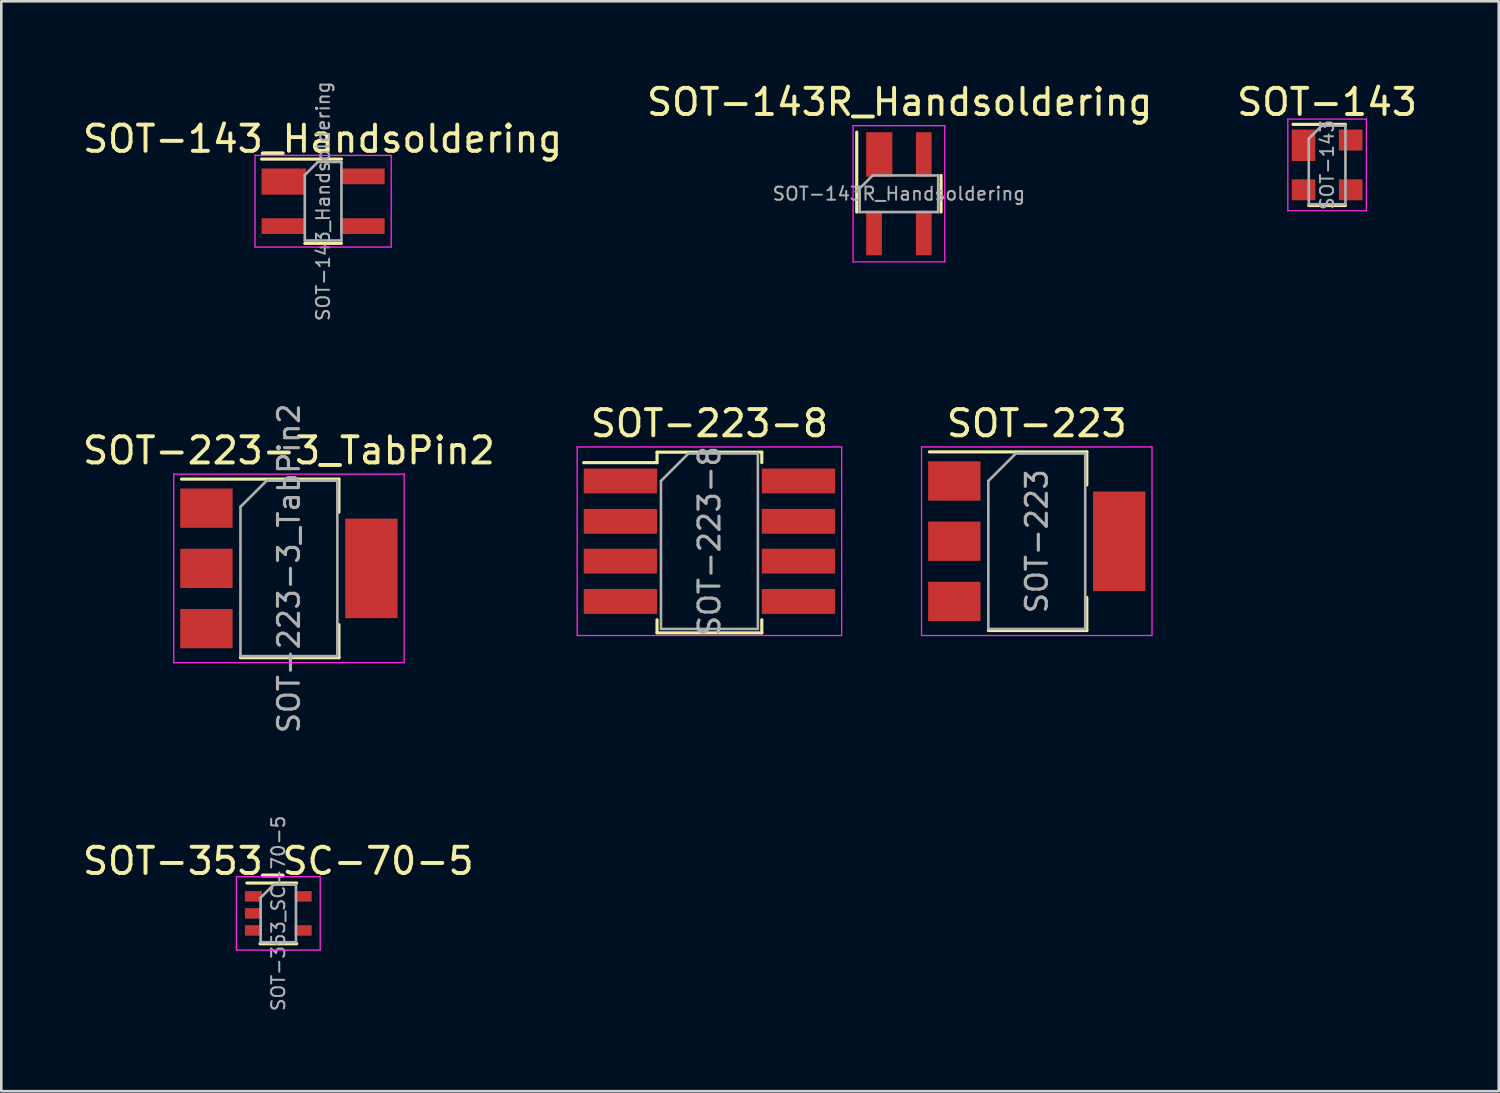
<source format=kicad_pcb>
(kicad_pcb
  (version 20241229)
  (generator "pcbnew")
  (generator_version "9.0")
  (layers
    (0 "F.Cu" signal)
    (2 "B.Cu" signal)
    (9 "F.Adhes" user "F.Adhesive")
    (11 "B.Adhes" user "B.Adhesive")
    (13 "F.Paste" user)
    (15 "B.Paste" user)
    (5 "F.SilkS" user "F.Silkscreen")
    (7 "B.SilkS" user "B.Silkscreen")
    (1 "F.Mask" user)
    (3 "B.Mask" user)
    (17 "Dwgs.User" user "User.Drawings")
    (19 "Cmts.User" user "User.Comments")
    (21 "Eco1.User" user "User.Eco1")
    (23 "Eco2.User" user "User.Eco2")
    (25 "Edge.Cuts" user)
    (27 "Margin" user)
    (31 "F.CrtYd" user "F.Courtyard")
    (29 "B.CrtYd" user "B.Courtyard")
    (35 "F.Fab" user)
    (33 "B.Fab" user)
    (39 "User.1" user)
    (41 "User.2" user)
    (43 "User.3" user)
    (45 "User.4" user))
  (footprint "SOT-143R_Handsoldering"
    (layer "F.Cu")
    (at 31.274 4.348)
    (property "Reference" "SOT-143R_Handsoldering" (at 0.03 -3.5 0) (layer "F.SilkS") (effects (font (size 1 1) (thickness 0.15))))
    (attr smd)
    (fp_line (start -1.61 -2.35) (end -1.61 0.7) (stroke (width 0.12) (type solid)) (layer "F.SilkS"))
    (fp_line (start 1.61 0.7) (end 1.61 -0.7) (stroke (width 0.12) (type solid)) (layer "F.SilkS"))
    (fp_line (start -1.75 -2.6) (end -1.75 2.6) (stroke (width 0.05) (type solid)) (layer "F.CrtYd"))
    (fp_line (start -1.75 -2.6) (end 1.75 -2.6) (stroke (width 0.05) (type solid)) (layer "F.CrtYd"))
    (fp_line (start 1.75 2.6) (end -1.75 2.6) (stroke (width 0.05) (type solid)) (layer "F.CrtYd"))
    (fp_line (start 1.75 2.6) (end 1.75 -2.6) (stroke (width 0.05) (type solid)) (layer "F.CrtYd"))
    (fp_line (start -1.5 -0.2) (end -1.5 0.7) (stroke (width 0.1) (type solid)) (layer "F.Fab"))
    (fp_line (start -1.5 -0.2) (end -1 -0.7) (stroke (width 0.1) (type solid)) (layer "F.Fab"))
    (fp_line (start -1 -0.7) (end 1.5 -0.7) (stroke (width 0.1) (type solid)) (layer "F.Fab"))
    (fp_line (start 1.5 -0.7) (end 1.5 0.7) (stroke (width 0.1) (type solid)) (layer "F.Fab"))
    (fp_line (start 1.5 0.7) (end -1.5 0.7) (stroke (width 0.1) (type solid)) (layer "F.Fab"))
    (fp_text user "${REFERENCE}" (at 0 0 0) (layer "F.Fab") (effects (font (size 0.5 0.5) (thickness 0.075))))
    (pad "1" smd rect (at -0.75 -1.5 90) (size 1.7 1) (layers "F.Cu" "F.Mask" "F.Paste"))
    (pad "2" smd rect (at 0.95 -1.5 90) (size 1.7 0.6) (layers "F.Cu" "F.Mask" "F.Paste"))
    (pad "3" smd rect (at 0.95 1.5 90) (size 1.7 0.6) (layers "F.Cu" "F.Mask" "F.Paste"))
    (pad "4" smd rect (at -0.95 1.5 90) (size 1.7 0.6) (layers "F.Cu" "F.Mask" "F.Paste")))
  (footprint "SOT-353_SC-70-5"
    (layer "F.Cu")
    (at 7.577 31.828)
    (property "Reference" "SOT-353_SC-70-5" (at 0 -2 0) (layer "F.SilkS") (effects (font (size 1 1) (thickness 0.15))))
    (attr smd)
    (fp_line (start -0.7 1.16) (end 0.7 1.16) (stroke (width 0.12) (type solid)) (layer "F.SilkS"))
    (fp_line (start 0.7 -1.16) (end -1.2 -1.16) (stroke (width 0.12) (type solid)) (layer "F.SilkS"))
    (fp_line (start -1.6 -1.4) (end -1.6 1.4) (stroke (width 0.05) (type solid)) (layer "F.CrtYd"))
    (fp_line (start -1.6 -1.4) (end 1.6 -1.4) (stroke (width 0.05) (type solid)) (layer "F.CrtYd"))
    (fp_line (start -1.6 1.4) (end 1.6 1.4) (stroke (width 0.05) (type solid)) (layer "F.CrtYd"))
    (fp_line (start 1.6 1.4) (end 1.6 -1.4) (stroke (width 0.05) (type solid)) (layer "F.CrtYd"))
    (fp_line (start -0.675 -0.6) (end -0.675 1.1) (stroke (width 0.1) (type solid)) (layer "F.Fab"))
    (fp_line (start -0.175 -1.1) (end -0.675 -0.6) (stroke (width 0.1) (type solid)) (layer "F.Fab"))
    (fp_line (start 0.675 -1.1) (end -0.175 -1.1) (stroke (width 0.1) (type solid)) (layer "F.Fab"))
    (fp_line (start 0.675 -1.1) (end 0.675 1.1) (stroke (width 0.1) (type solid)) (layer "F.Fab"))
    (fp_line (start 0.675 1.1) (end -0.675 1.1) (stroke (width 0.1) (type solid)) (layer "F.Fab"))
    (fp_text user "${REFERENCE}" (at 0 0 90) (layer "F.Fab") (effects (font (size 0.5 0.5) (thickness 0.075))))
    (pad "1" smd rect (at -0.95 -0.65) (size 0.65 0.4) (layers "F.Cu" "F.Mask" "F.Paste"))
    (pad "2" smd rect (at -0.95 0) (size 0.65 0.4) (layers "F.Cu" "F.Mask" "F.Paste"))
    (pad "3" smd rect (at -0.95 0.65) (size 0.65 0.4) (layers "F.Cu" "F.Mask" "F.Paste"))
    (pad "4" smd rect (at 0.95 0.65) (size 0.65 0.4) (layers "F.Cu" "F.Mask" "F.Paste"))
    (pad "5" smd rect (at 0.95 -0.65) (size 0.65 0.4) (layers "F.Cu" "F.Mask" "F.Paste")))
  (footprint "SOT-223-3_TabPin2"
    (layer "F.Cu")
    (at 7.982 18.654)
    (property "Reference" "SOT-223-3_TabPin2" (at 0 -4.5 0) (layer "F.SilkS") (effects (font (size 1 1) (thickness 0.15))))
    (attr smd)
    (fp_line (start -4.1 -3.41) (end 1.91 -3.41) (stroke (width 0.12) (type solid)) (layer "F.SilkS"))
    (fp_line (start -1.85 3.41) (end 1.91 3.41) (stroke (width 0.12) (type solid)) (layer "F.SilkS"))
    (fp_line (start 1.91 -3.41) (end 1.91 -2.15) (stroke (width 0.12) (type solid)) (layer "F.SilkS"))
    (fp_line (start 1.91 3.41) (end 1.91 2.15) (stroke (width 0.12) (type solid)) (layer "F.SilkS"))
    (fp_line (start -4.4 -3.6) (end -4.4 3.6) (stroke (width 0.05) (type solid)) (layer "F.CrtYd"))
    (fp_line (start -4.4 3.6) (end 4.4 3.6) (stroke (width 0.05) (type solid)) (layer "F.CrtYd"))
    (fp_line (start 4.4 -3.6) (end -4.4 -3.6) (stroke (width 0.05) (type solid)) (layer "F.CrtYd"))
    (fp_line (start 4.4 3.6) (end 4.4 -3.6) (stroke (width 0.05) (type solid)) (layer "F.CrtYd"))
    (fp_line (start -1.85 -2.35) (end -1.85 3.35) (stroke (width 0.1) (type solid)) (layer "F.Fab"))
    (fp_line (start -1.85 -2.35) (end -0.85 -3.35) (stroke (width 0.1) (type solid)) (layer "F.Fab"))
    (fp_line (start -1.85 3.35) (end 1.85 3.35) (stroke (width 0.1) (type solid)) (layer "F.Fab"))
    (fp_line (start -0.85 -3.35) (end 1.85 -3.35) (stroke (width 0.1) (type solid)) (layer "F.Fab"))
    (fp_line (start 1.85 -3.35) (end 1.85 3.35) (stroke (width 0.1) (type solid)) (layer "F.Fab"))
    (fp_text user "${REFERENCE}" (at 0 0 90) (layer "F.Fab") (effects (font (size 0.8 0.8) (thickness 0.12))))
    (pad "1" smd rect (at -3.15 -2.3) (size 2 1.5) (layers "F.Cu" "F.Mask" "F.Paste"))
    (pad "2" smd rect (at -3.15 0) (size 2 1.5) (layers "F.Cu" "F.Mask" "F.Paste"))
    (pad "2" smd rect (at 3.15 0) (size 2 3.8) (layers "F.Cu" "F.Mask" "F.Paste"))
    (pad "3" smd rect (at -3.15 2.3) (size 2 1.5) (layers "F.Cu" "F.Mask" "F.Paste")))
  (footprint "SOT-223-8"
    (layer "F.Cu")
    (at 24.039 17.616)
    (property "Reference" "SOT-223-8" (at 0 -4.5 0) (layer "F.SilkS") (effects (font (size 1 1) (thickness 0.15))))
    (attr smd)
    (fp_line (start -4.8 -3) (end -2 -3) (stroke (width 0.12) (type solid)) (layer "F.SilkS"))
    (fp_line (start -2 -3.4) (end 2 -3.4) (stroke (width 0.12) (type solid)) (layer "F.SilkS"))
    (fp_line (start -2 -3) (end -2 -3.4) (stroke (width 0.12) (type solid)) (layer "F.SilkS"))
    (fp_line (start -2 3.5) (end -2 3) (stroke (width 0.12) (type solid)) (layer "F.SilkS"))
    (fp_line (start 2 -3.4) (end 2 -3) (stroke (width 0.12) (type solid)) (layer "F.SilkS"))
    (fp_line (start 2 3) (end 2 3.5) (stroke (width 0.12) (type solid)) (layer "F.SilkS"))
    (fp_line (start 2 3.5) (end -2 3.5) (stroke (width 0.12) (type solid)) (layer "F.SilkS"))
    (fp_line (start -5.05 -3.6) (end -5.05 3.6) (stroke (width 0.05) (type solid)) (layer "F.CrtYd"))
    (fp_line (start -5.05 -3.6) (end 5.05 -3.6) (stroke (width 0.05) (type solid)) (layer "F.CrtYd"))
    (fp_line (start 5.05 3.6) (end -5.05 3.6) (stroke (width 0.05) (type solid)) (layer "F.CrtYd"))
    (fp_line (start 5.05 3.6) (end 5.05 -3.6) (stroke (width 0.05) (type solid)) (layer "F.CrtYd"))
    (fp_line (start -1.85 -2.3) (end -1.85 3.35) (stroke (width 0.1) (type solid)) (layer "F.Fab"))
    (fp_line (start -1.85 -2.3) (end -0.8 -3.35) (stroke (width 0.1) (type solid)) (layer "F.Fab"))
    (fp_line (start -1.85 3.35) (end 1.85 3.35) (stroke (width 0.1) (type solid)) (layer "F.Fab"))
    (fp_line (start -0.8 -3.35) (end 1.85 -3.35) (stroke (width 0.1) (type solid)) (layer "F.Fab"))
    (fp_line (start 1.85 -3.35) (end 1.85 3.35) (stroke (width 0.1) (type solid)) (layer "F.Fab"))
    (fp_text user "${REFERENCE}" (at 0 0 90) (layer "F.Fab") (effects (font (size 0.8 0.8) (thickness 0.12))))
    (pad "1" smd rect (at -3.4 -2.3) (size 2.8 0.95) (layers "F.Cu" "F.Mask" "F.Paste"))
    (pad "2" smd rect (at -3.4 -0.76) (size 2.8 0.95) (layers "F.Cu" "F.Mask" "F.Paste"))
    (pad "3" smd rect (at -3.4 0.76) (size 2.8 0.95) (layers "F.Cu" "F.Mask" "F.Paste"))
    (pad "4" smd rect (at -3.4 2.3) (size 2.8 0.95) (layers "F.Cu" "F.Mask" "F.Paste"))
    (pad "5" smd rect (at 3.4 2.3) (size 2.8 0.95) (layers "F.Cu" "F.Mask" "F.Paste"))
    (pad "6" smd rect (at 3.4 0.76) (size 2.8 0.95) (layers "F.Cu" "F.Mask" "F.Paste"))
    (pad "7" smd rect (at 3.4 -0.76) (size 2.8 0.95) (layers "F.Cu" "F.Mask" "F.Paste"))
    (pad "8" smd rect (at 3.4 -2.3) (size 2.8 0.95) (layers "F.Cu" "F.Mask" "F.Paste")))
  (footprint "SOT-143"
    (layer "F.Cu")
    (at 47.625 3.248)
    (property "Reference" "SOT-143" (at 0 -2.4 0) (layer "F.SilkS") (effects (font (size 1 1) (thickness 0.15))))
    (attr smd)
    (fp_line (start -0.7 1.55) (end 0.7 1.55) (stroke (width 0.12) (type solid)) (layer "F.SilkS"))
    (fp_line (start 0.7 -1.55) (end -1.3 -1.55) (stroke (width 0.12) (type solid)) (layer "F.SilkS"))
    (fp_line (start -1.5 1.75) (end -1.5 -1.75) (stroke (width 0.05) (type solid)) (layer "F.CrtYd"))
    (fp_line (start -1.5 1.75) (end 1.5 1.75) (stroke (width 0.05) (type solid)) (layer "F.CrtYd"))
    (fp_line (start 1.5 -1.75) (end -1.5 -1.75) (stroke (width 0.05) (type solid)) (layer "F.CrtYd"))
    (fp_line (start 1.5 -1.75) (end 1.5 1.75) (stroke (width 0.05) (type solid)) (layer "F.CrtYd"))
    (fp_line (start -0.7 -1) (end -0.2 -1.5) (stroke (width 0.1) (type solid)) (layer "F.Fab"))
    (fp_line (start -0.7 1.5) (end -0.7 -1) (stroke (width 0.1) (type solid)) (layer "F.Fab"))
    (fp_line (start -0.2 -1.5) (end 0.7 -1.5) (stroke (width 0.1) (type solid)) (layer "F.Fab"))
    (fp_line (start 0.7 -1.5) (end 0.7 1.5) (stroke (width 0.1) (type solid)) (layer "F.Fab"))
    (fp_line (start 0.7 1.5) (end -0.7 1.5) (stroke (width 0.1) (type solid)) (layer "F.Fab"))
    (fp_text user "${REFERENCE}" (at 0 0 90) (layer "F.Fab") (effects (font (size 0.5 0.5) (thickness 0.075))))
    (pad "1" smd rect (at -0.9 -0.75) (size 0.9 1.2) (layers "F.Cu" "F.Mask" "F.Paste"))
    (pad "2" smd rect (at -0.9 0.95) (size 0.9 0.8) (layers "F.Cu" "F.Mask" "F.Paste"))
    (pad "3" smd rect (at 0.9 0.95) (size 0.9 0.8) (layers "F.Cu" "F.Mask" "F.Paste"))
    (pad "4" smd rect (at 0.9 -0.95) (size 0.9 0.8) (layers "F.Cu" "F.Mask" "F.Paste")))
  (footprint "SOT-143_Handsoldering"
    (layer "F.Cu")
    (at 9.288 4.634)
    (property "Reference" "SOT-143_Handsoldering" (at -0.02 -2.38 0) (layer "F.SilkS") (effects (font (size 1 1) (thickness 0.15))))
    (attr smd)
    (fp_line (start -0.7 1.61) (end 0.7 1.61) (stroke (width 0.12) (type solid)) (layer "F.SilkS"))
    (fp_line (start 0.7 -1.61) (end -2.35 -1.61) (stroke (width 0.12) (type solid)) (layer "F.SilkS"))
    (fp_line (start -2.6 1.75) (end -2.6 -1.75) (stroke (width 0.05) (type solid)) (layer "F.CrtYd"))
    (fp_line (start -2.6 1.75) (end 2.6 1.75) (stroke (width 0.05) (type solid)) (layer "F.CrtYd"))
    (fp_line (start 2.6 -1.75) (end -2.6 -1.75) (stroke (width 0.05) (type solid)) (layer "F.CrtYd"))
    (fp_line (start 2.6 -1.75) (end 2.6 1.75) (stroke (width 0.05) (type solid)) (layer "F.CrtYd"))
    (fp_line (start -0.7 -1) (end -0.2 -1.5) (stroke (width 0.1) (type solid)) (layer "F.Fab"))
    (fp_line (start -0.7 1.5) (end -0.7 -1) (stroke (width 0.1) (type solid)) (layer "F.Fab"))
    (fp_line (start -0.2 -1.5) (end 0.7 -1.5) (stroke (width 0.1) (type solid)) (layer "F.Fab"))
    (fp_line (start 0.7 -1.5) (end 0.7 1.5) (stroke (width 0.1) (type solid)) (layer "F.Fab"))
    (fp_line (start 0.7 1.5) (end -0.7 1.5) (stroke (width 0.1) (type solid)) (layer "F.Fab"))
    (fp_text user "${REFERENCE}" (at 0 0 90) (layer "F.Fab") (effects (font (size 0.5 0.5) (thickness 0.075))))
    (pad "1" smd rect (at -1.5 -0.75) (size 1.7 1) (layers "F.Cu" "F.Mask" "F.Paste"))
    (pad "2" smd rect (at -1.5 0.95) (size 1.7 0.6) (layers "F.Cu" "F.Mask" "F.Paste"))
    (pad "3" smd rect (at 1.5 0.95) (size 1.7 0.6) (layers "F.Cu" "F.Mask" "F.Paste"))
    (pad "4" smd rect (at 1.5 -0.95) (size 1.7 0.6) (layers "F.Cu" "F.Mask" "F.Paste")))
  (footprint "SOT-223"
    (layer "F.Cu")
    (at 36.539 17.616)
    (property "Reference" "SOT-223" (at 0 -4.5 0) (layer "F.SilkS") (effects (font (size 1 1) (thickness 0.15))))
    (attr smd)
    (fp_line (start -4.1 -3.41) (end 1.91 -3.41) (stroke (width 0.12) (type solid)) (layer "F.SilkS"))
    (fp_line (start -1.85 3.41) (end 1.91 3.41) (stroke (width 0.12) (type solid)) (layer "F.SilkS"))
    (fp_line (start 1.91 -3.41) (end 1.91 -2.15) (stroke (width 0.12) (type solid)) (layer "F.SilkS"))
    (fp_line (start 1.91 3.41) (end 1.91 2.15) (stroke (width 0.12) (type solid)) (layer "F.SilkS"))
    (fp_line (start -4.4 -3.6) (end -4.4 3.6) (stroke (width 0.05) (type solid)) (layer "F.CrtYd"))
    (fp_line (start -4.4 3.6) (end 4.4 3.6) (stroke (width 0.05) (type solid)) (layer "F.CrtYd"))
    (fp_line (start 4.4 -3.6) (end -4.4 -3.6) (stroke (width 0.05) (type solid)) (layer "F.CrtYd"))
    (fp_line (start 4.4 3.6) (end 4.4 -3.6) (stroke (width 0.05) (type solid)) (layer "F.CrtYd"))
    (fp_line (start -1.85 -2.3) (end -1.85 3.35) (stroke (width 0.1) (type solid)) (layer "F.Fab"))
    (fp_line (start -1.85 -2.3) (end -0.8 -3.35) (stroke (width 0.1) (type solid)) (layer "F.Fab"))
    (fp_line (start -1.85 3.35) (end 1.85 3.35) (stroke (width 0.1) (type solid)) (layer "F.Fab"))
    (fp_line (start -0.8 -3.35) (end 1.85 -3.35) (stroke (width 0.1) (type solid)) (layer "F.Fab"))
    (fp_line (start 1.85 -3.35) (end 1.85 3.35) (stroke (width 0.1) (type solid)) (layer "F.Fab"))
    (fp_text user "${REFERENCE}" (at 0 0 90) (layer "F.Fab") (effects (font (size 0.8 0.8) (thickness 0.12))))
    (pad "1" smd rect (at -3.15 -2.3) (size 2 1.5) (layers "F.Cu" "F.Mask" "F.Paste"))
    (pad "2" smd rect (at -3.15 0) (size 2 1.5) (layers "F.Cu" "F.Mask" "F.Paste"))
    (pad "3" smd rect (at -3.15 2.3) (size 2 1.5) (layers "F.Cu" "F.Mask" "F.Paste"))
    (pad "4" smd rect (at 3.15 0) (size 2 3.8) (layers "F.Cu" "F.Mask" "F.Paste")))
  (gr_rect
    (start -3 -3)
    (end 54.179 38.617)
    (stroke (width 0.1) (type default))
    (fill no)
    (layer "Edge.Cuts")))
</source>
